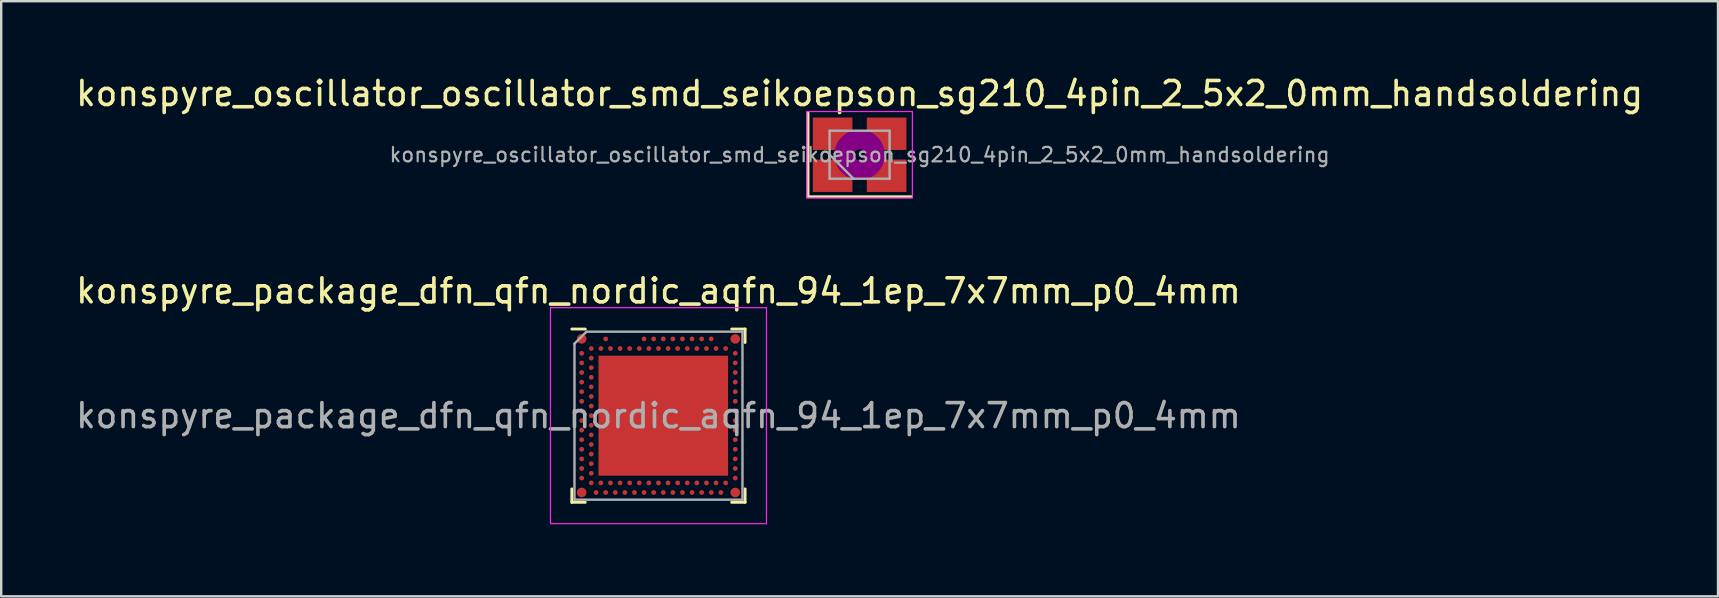
<source format=kicad_pcb>
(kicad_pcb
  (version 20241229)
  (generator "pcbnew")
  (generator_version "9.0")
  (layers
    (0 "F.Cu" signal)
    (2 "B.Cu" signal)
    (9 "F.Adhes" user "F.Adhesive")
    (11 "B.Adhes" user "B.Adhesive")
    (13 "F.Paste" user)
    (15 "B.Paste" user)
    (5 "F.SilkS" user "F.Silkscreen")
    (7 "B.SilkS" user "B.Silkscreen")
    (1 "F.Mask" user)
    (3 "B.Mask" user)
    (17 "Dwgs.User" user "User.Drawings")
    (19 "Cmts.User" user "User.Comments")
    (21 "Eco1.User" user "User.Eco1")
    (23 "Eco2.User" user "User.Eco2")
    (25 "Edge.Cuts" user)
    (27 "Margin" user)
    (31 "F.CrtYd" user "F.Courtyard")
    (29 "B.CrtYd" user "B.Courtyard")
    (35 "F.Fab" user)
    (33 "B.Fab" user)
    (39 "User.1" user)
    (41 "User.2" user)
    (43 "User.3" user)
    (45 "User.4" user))
  (footprint "konspyre_oscillator_oscillator_smd_seikoepson_sg210_4pin_2_5x2_0mm_handsoldering"
    (layer "F.Cu")
    (at 32.768 3.398)
    (property "Reference" "konspyre_oscillator_oscillator_smd_seikoepson_sg210_4pin_2_5x2_0mm_handsoldering" (at 0 -2.55 0) (layer "F.SilkS") (effects (font (size 1 1) (thickness 0.15))))
    (attr smd)
    (fp_line (start -2.15 -1.75) (end -2.15 1.75) (stroke (width 0.12) (type solid)) (layer "F.SilkS"))
    (fp_line (start -2.15 1.75) (end 2.15 1.75) (stroke (width 0.12) (type solid)) (layer "F.SilkS"))
    (fp_circle (center 0 0) (end 0.233 0) (stroke (width 0.467) (type solid)) (fill no) (layer "F.Adhes"))
    (fp_circle (center 0 0) (end 0.533 0) (stroke (width 0.333) (type solid)) (fill no) (layer "F.Adhes"))
    (fp_circle (center 0 0) (end 0.833 0) (stroke (width 0.333) (type solid)) (fill no) (layer "F.Adhes"))
    (fp_circle (center 0 0) (end 1 0) (stroke (width 0.1) (type solid)) (fill no) (layer "F.Adhes"))
    (fp_line (start -2.2 -1.8) (end -2.2 1.8) (stroke (width 0.05) (type solid)) (layer "F.CrtYd"))
    (fp_line (start -2.2 1.8) (end 2.2 1.8) (stroke (width 0.05) (type solid)) (layer "F.CrtYd"))
    (fp_line (start 2.2 -1.8) (end -2.2 -1.8) (stroke (width 0.05) (type solid)) (layer "F.CrtYd"))
    (fp_line (start 2.2 1.8) (end 2.2 -1.8) (stroke (width 0.05) (type solid)) (layer "F.CrtYd"))
    (fp_line (start -1.25 -1) (end -1.25 1) (stroke (width 0.1) (type solid)) (layer "F.Fab"))
    (fp_line (start -1.25 0) (end -0.25 1) (stroke (width 0.1) (type solid)) (layer "F.Fab"))
    (fp_line (start -1.25 1) (end 1.25 1) (stroke (width 0.1) (type solid)) (layer "F.Fab"))
    (fp_line (start 1.25 -1) (end -1.25 -1) (stroke (width 0.1) (type solid)) (layer "F.Fab"))
    (fp_line (start 1.25 1) (end 1.25 -1) (stroke (width 0.1) (type solid)) (layer "F.Fab"))
    (fp_text user "${REFERENCE}" (at 0 0 0) (layer "F.Fab") (effects (font (size 0.6 0.6) (thickness 0.09))))
    (pad "1" smd rect (at -1.125 0.875) (size 1.65 1.35) (layers "F.Cu" "F.Mask" "F.Paste"))
    (pad "2" smd rect (at 1.125 0.875) (size 1.65 1.35) (layers "F.Cu" "F.Mask" "F.Paste"))
    (pad "3" smd rect (at 1.125 -0.875) (size 1.65 1.35) (layers "F.Cu" "F.Mask" "F.Paste"))
    (pad "4" smd rect (at -1.125 -0.875) (size 1.65 1.35) (layers "F.Cu" "F.Mask" "F.Paste")))
  (footprint "konspyre_package_dfn_qfn_nordic_aqfn_94_1ep_7x7mm_p0_4mm"
    (layer "F.Cu")
    (at 24.387 14.271)
    (property "Reference" "konspyre_package_dfn_qfn_nordic_aqfn_94_1ep_7x7mm_p0_4mm" (at 0 -5.2 0) (unlocked yes) (layer "F.SilkS") (effects (font (size 1 1) (thickness 0.15))))
    (attr smd)
    (fp_line (start -3.61 -3.61) (end -3.05 -3.61) (stroke (width 0.12) (type solid)) (layer "F.SilkS"))
    (fp_line (start -3.61 3.61) (end -3.61 3.05) (stroke (width 0.12) (type solid)) (layer "F.SilkS"))
    (fp_line (start -3.61 3.61) (end -3.05 3.61) (stroke (width 0.12) (type solid)) (layer "F.SilkS"))
    (fp_line (start 3.61 -3.61) (end 3.05 -3.61) (stroke (width 0.12) (type solid)) (layer "F.SilkS"))
    (fp_line (start 3.61 -3.61) (end 3.61 -3.05) (stroke (width 0.12) (type solid)) (layer "F.SilkS"))
    (fp_line (start 3.61 3.61) (end 3.05 3.61) (stroke (width 0.12) (type solid)) (layer "F.SilkS"))
    (fp_line (start 3.61 3.61) (end 3.61 3.05) (stroke (width 0.12) (type solid)) (layer "F.SilkS"))
    (fp_line (start -4.5 -4.5) (end 4.5 -4.5) (stroke (width 0.05) (type solid)) (layer "F.CrtYd"))
    (fp_line (start -4.5 4.5) (end -4.5 -4.5) (stroke (width 0.05) (type solid)) (layer "F.CrtYd"))
    (fp_line (start 4.5 -4.5) (end 4.5 4.5) (stroke (width 0.05) (type solid)) (layer "F.CrtYd"))
    (fp_line (start 4.5 4.5) (end -4.5 4.5) (stroke (width 0.05) (type solid)) (layer "F.CrtYd"))
    (fp_line (start -3.5 -3) (end -3.5 3.5) (stroke (width 0.1) (type solid)) (layer "F.Fab"))
    (fp_line (start -3.5 -3) (end -3 -3.5) (stroke (width 0.1) (type solid)) (layer "F.Fab"))
    (fp_line (start -3.5 3.5) (end 3.5 3.5) (stroke (width 0.1) (type solid)) (layer "F.Fab"))
    (fp_line (start -3 -3.5) (end 3.5 -3.5) (stroke (width 0.1) (type solid)) (layer "F.Fab"))
    (fp_line (start 3.5 -3.5) (end 3.5 3.5) (stroke (width 0.1) (type solid)) (layer "F.Fab"))
    (fp_text user "${REFERENCE}" (at 0 0 0) (unlocked yes) (layer "F.Fab") (effects (font (size 1 1) (thickness 0.15))))
    (pad "" smd circle (at -3.2 -3.2) (size 0.4 0.4) (layers "F.Cu" "F.Mask" "F.Paste"))
    (pad "" smd circle (at -3.2 3.2) (size 0.4 0.4) (layers "F.Cu" "F.Mask" "F.Paste"))
    (pad "" smd rect (at -1.1 -1.2 180) (size 2.2 2) (layers "F.Paste"))
    (pad "" smd rect (at -1.1 1.225 180) (size 2.2 2) (layers "F.Paste"))
    (pad "" smd rect (at 1.5 -1.2 180) (size 2.2 2) (layers "F.Paste"))
    (pad "" smd rect (at 1.5 1.225 180) (size 2.2 2) (layers "F.Paste"))
    (pad "" smd circle (at 3.2 -3.2) (size 0.4 0.4) (layers "F.Cu" "F.Mask" "F.Paste"))
    (pad "" smd circle (at 3.2 3.2) (size 0.4 0.4) (layers "F.Cu" "F.Mask" "F.Paste"))
    (pad "A5" smd circle (at -2.2 -3.2) (size 0.2 0.2) (property pad_prop_bga) (layers "F.Cu" "F.Mask" "F.Paste"))
    (pad "A13" smd circle (at -0.6 -3.2) (size 0.2 0.2) (property pad_prop_bga) (layers "F.Cu" "F.Mask" "F.Paste"))
    (pad "A15" smd circle (at -0.2 -3.2) (size 0.2 0.2) (property pad_prop_bga) (layers "F.Cu" "F.Mask" "F.Paste"))
    (pad "A17" smd circle (at 0.2 -3.2) (size 0.2 0.2) (property pad_prop_bga) (layers "F.Cu" "F.Mask" "F.Paste"))
    (pad "A19" smd circle (at 0.6 -3.2) (size 0.2 0.2) (property pad_prop_bga) (layers "F.Cu" "F.Mask" "F.Paste"))
    (pad "A21" smd circle (at 1 -3.2) (size 0.2 0.2) (property pad_prop_bga) (layers "F.Cu" "F.Mask" "F.Paste"))
    (pad "A23" smd circle (at 1.4 -3.2) (size 0.2 0.2) (property pad_prop_bga) (layers "F.Cu" "F.Mask" "F.Paste"))
    (pad "A25" smd circle (at 1.8 -3.2) (size 0.2 0.2) (property pad_prop_bga) (layers "F.Cu" "F.Mask" "F.Paste"))
    (pad "A27" smd circle (at 2.2 -3.2) (size 0.2 0.2) (property pad_prop_bga) (layers "F.Cu" "F.Mask" "F.Paste"))
    (pad "AA1" smd circle (at -3.2 1) (size 0.2 0.2) (property pad_prop_bga) (layers "F.Cu" "F.Mask" "F.Paste"))
    (pad "AA31" smd circle (at 3.2 1) (size 0.2 0.2) (property pad_prop_bga) (layers "F.Cu" "F.Mask" "F.Paste"))
    (pad "AB2" smd circle (at -2.8 1.2) (size 0.2 0.2) (property pad_prop_bga) (layers "F.Cu" "F.Mask" "F.Paste"))
    (pad "AC1" smd circle (at -3.2 1.4) (size 0.2 0.2) (property pad_prop_bga) (layers "F.Cu" "F.Mask" "F.Paste"))
    (pad "AC31" smd circle (at 3.2 1.4) (size 0.2 0.2) (property pad_prop_bga) (layers "F.Cu" "F.Mask" "F.Paste"))
    (pad "AD2" smd circle (at -2.8 1.6) (size 0.2 0.2) (property pad_prop_bga) (layers "F.Cu" "F.Mask" "F.Paste"))
    (pad "AE1" smd circle (at -3.2 1.8) (size 0.2 0.2) (property pad_prop_bga) (layers "F.Cu" "F.Mask" "F.Paste"))
    (pad "AE31" smd circle (at 3.2 1.8) (size 0.2 0.2) (property pad_prop_bga) (layers "F.Cu" "F.Mask" "F.Paste"))
    (pad "AF2" smd circle (at -2.8 2) (size 0.2 0.2) (property pad_prop_bga) (layers "F.Cu" "F.Mask" "F.Paste"))
    (pad "AG1" smd circle (at -3.2 2.2) (size 0.2 0.2) (property pad_prop_bga) (layers "F.Cu" "F.Mask" "F.Paste"))
    (pad "AG31" smd circle (at 3.2 2.2) (size 0.2 0.2) (property pad_prop_bga) (layers "F.Cu" "F.Mask" "F.Paste"))
    (pad "AH2" smd circle (at -2.8 2.4) (size 0.2 0.2) (property pad_prop_bga) (layers "F.Cu" "F.Mask" "F.Paste"))
    (pad "AJ1" smd circle (at -3.2 2.6) (size 0.2 0.2) (property pad_prop_bga) (layers "F.Cu" "F.Mask" "F.Paste"))
    (pad "AJ31" smd circle (at 3.2 2.6) (size 0.2 0.2) (property pad_prop_bga) (layers "F.Cu" "F.Mask" "F.Paste"))
    (pad "AK2" smd circle (at -2.8 2.8) (size 0.2 0.2) (property pad_prop_bga) (layers "F.Cu" "F.Mask" "F.Paste"))
    (pad "AK4" smd circle (at -2.4 2.8) (size 0.2 0.2) (property pad_prop_bga) (layers "F.Cu" "F.Mask" "F.Paste"))
    (pad "AK6" smd circle (at -2 2.8) (size 0.2 0.2) (property pad_prop_bga) (layers "F.Cu" "F.Mask" "F.Paste"))
    (pad "AK8" smd circle (at -1.6 2.8) (size 0.2 0.2) (property pad_prop_bga) (layers "F.Cu" "F.Mask" "F.Paste"))
    (pad "AK10" smd circle (at -1.2 2.8) (size 0.2 0.2) (property pad_prop_bga) (layers "F.Cu" "F.Mask" "F.Paste"))
    (pad "AK12" smd circle (at -0.8 2.8) (size 0.2 0.2) (property pad_prop_bga) (layers "F.Cu" "F.Mask" "F.Paste"))
    (pad "AK14" smd circle (at -0.4 2.8) (size 0.2 0.2) (property pad_prop_bga) (layers "F.Cu" "F.Mask" "F.Paste"))
    (pad "AK16" smd circle (at 0 2.8) (size 0.2 0.2) (property pad_prop_bga) (layers "F.Cu" "F.Mask" "F.Paste"))
    (pad "AK18" smd circle (at 0.4 2.8) (size 0.2 0.2) (property pad_prop_bga) (layers "F.Cu" "F.Mask" "F.Paste"))
    (pad "AK20" smd circle (at 0.8 2.8) (size 0.2 0.2) (property pad_prop_bga) (layers "F.Cu" "F.Mask" "F.Paste"))
    (pad "AK22" smd circle (at 1.2 2.8) (size 0.2 0.2) (property pad_prop_bga) (layers "F.Cu" "F.Mask" "F.Paste"))
    (pad "AK24" smd circle (at 1.6 2.8) (size 0.2 0.2) (property pad_prop_bga) (layers "F.Cu" "F.Mask" "F.Paste"))
    (pad "AK26" smd circle (at 2 2.8) (size 0.2 0.2) (property pad_prop_bga) (layers "F.Cu" "F.Mask" "F.Paste"))
    (pad "AK28" smd circle (at 2.4 2.8) (size 0.2 0.2) (property pad_prop_bga) (layers "F.Cu" "F.Mask" "F.Paste"))
    (pad "AK30" smd circle (at 2.8 2.8) (size 0.2 0.2) (property pad_prop_bga) (layers "F.Cu" "F.Mask" "F.Paste"))
    (pad "AL3" smd circle (at -2.6 3.2) (size 0.2 0.2) (property pad_prop_bga) (layers "F.Cu" "F.Mask" "F.Paste"))
    (pad "AL5" smd circle (at -2.2 3.2) (size 0.2 0.2) (property pad_prop_bga) (layers "F.Cu" "F.Mask" "F.Paste"))
    (pad "AL7" smd circle (at -1.8 3.2) (size 0.2 0.2) (property pad_prop_bga) (layers "F.Cu" "F.Mask" "F.Paste"))
    (pad "AL9" smd circle (at -1.4 3.2) (size 0.2 0.2) (property pad_prop_bga) (layers "F.Cu" "F.Mask" "F.Paste"))
    (pad "AL11" smd circle (at -1 3.2) (size 0.2 0.2) (property pad_prop_bga) (layers "F.Cu" "F.Mask" "F.Paste"))
    (pad "AL13" smd circle (at -0.6 3.2) (size 0.2 0.2) (property pad_prop_bga) (layers "F.Cu" "F.Mask" "F.Paste"))
    (pad "AL15" smd circle (at -0.2 3.2) (size 0.2 0.2) (property pad_prop_bga) (layers "F.Cu" "F.Mask" "F.Paste"))
    (pad "AL17" smd circle (at 0.2 3.2) (size 0.2 0.2) (property pad_prop_bga) (layers "F.Cu" "F.Mask" "F.Paste"))
    (pad "AL19" smd circle (at 0.6 3.2) (size 0.2 0.2) (property pad_prop_bga) (layers "F.Cu" "F.Mask" "F.Paste"))
    (pad "AL21" smd circle (at 1 3.2) (size 0.2 0.2) (property pad_prop_bga) (layers "F.Cu" "F.Mask" "F.Paste"))
    (pad "AL23" smd circle (at 1.4 3.2) (size 0.2 0.2) (property pad_prop_bga) (layers "F.Cu" "F.Mask" "F.Paste"))
    (pad "AL25" smd circle (at 1.8 3.2) (size 0.2 0.2) (property pad_prop_bga) (layers "F.Cu" "F.Mask" "F.Paste"))
    (pad "AL27" smd circle (at 2.2 3.2) (size 0.2 0.2) (property pad_prop_bga) (layers "F.Cu" "F.Mask" "F.Paste"))
    (pad "AL29" smd circle (at 2.6 3.2) (size 0.2 0.2) (property pad_prop_bga) (layers "F.Cu" "F.Mask" "F.Paste"))
    (pad "B2" smd circle (at -2.8 -2.8) (size 0.2 0.2) (property pad_prop_bga) (layers "F.Cu" "F.Mask" "F.Paste"))
    (pad "B4" smd circle (at -2.4 -2.8) (size 0.2 0.2) (property pad_prop_bga) (layers "F.Cu" "F.Mask" "F.Paste"))
    (pad "B6" smd circle (at -2 -2.8) (size 0.2 0.2) (property pad_prop_bga) (layers "F.Cu" "F.Mask" "F.Paste"))
    (pad "B8" smd circle (at -1.6 -2.8) (size 0.2 0.2) (property pad_prop_bga) (layers "F.Cu" "F.Mask" "F.Paste"))
    (pad "B10" smd circle (at -1.2 -2.8) (size 0.2 0.2) (property pad_prop_bga) (layers "F.Cu" "F.Mask" "F.Paste"))
    (pad "B12" smd circle (at -0.8 -2.8) (size 0.2 0.2) (property pad_prop_bga) (layers "F.Cu" "F.Mask" "F.Paste"))
    (pad "B14" smd circle (at -0.4 -2.8) (size 0.2 0.2) (property pad_prop_bga) (layers "F.Cu" "F.Mask" "F.Paste"))
    (pad "B16" smd circle (at 0 -2.8) (size 0.2 0.2) (property pad_prop_bga) (layers "F.Cu" "F.Mask" "F.Paste"))
    (pad "B18" smd circle (at 0.4 -2.8) (size 0.2 0.2) (property pad_prop_bga) (layers "F.Cu" "F.Mask" "F.Paste"))
    (pad "B20" smd circle (at 0.8 -2.8) (size 0.2 0.2) (property pad_prop_bga) (layers "F.Cu" "F.Mask" "F.Paste"))
    (pad "B22" smd circle (at 1.2 -2.8) (size 0.2 0.2) (property pad_prop_bga) (layers "F.Cu" "F.Mask" "F.Paste"))
    (pad "B24" smd circle (at 1.6 -2.8) (size 0.2 0.2) (property pad_prop_bga) (layers "F.Cu" "F.Mask" "F.Paste"))
    (pad "B26" smd circle (at 2 -2.8) (size 0.2 0.2) (property pad_prop_bga) (layers "F.Cu" "F.Mask" "F.Paste"))
    (pad "B28" smd circle (at 2.4 -2.8) (size 0.2 0.2) (property pad_prop_bga) (layers "F.Cu" "F.Mask" "F.Paste"))
    (pad "B30" smd circle (at 2.8 -2.8) (size 0.2 0.2) (property pad_prop_bga) (layers "F.Cu" "F.Mask" "F.Paste"))
    (pad "C1" smd circle (at -3.2 -2.6) (size 0.2 0.2) (property pad_prop_bga) (layers "F.Cu" "F.Mask" "F.Paste"))
    (pad "C31" smd circle (at 3.2 -2.6) (size 0.2 0.2) (property pad_prop_bga) (layers "F.Cu" "F.Mask" "F.Paste"))
    (pad "D2" smd circle (at -2.8 -2.4) (size 0.2 0.2) (property pad_prop_bga) (layers "F.Cu" "F.Mask" "F.Paste"))
    (pad "E1" smd circle (at -3.2 -2.2) (size 0.2 0.2) (property pad_prop_bga) (layers "F.Cu" "F.Mask" "F.Paste"))
    (pad "E31" smd circle (at 3.2 -2.2) (size 0.2 0.2) (property pad_prop_bga) (layers "F.Cu" "F.Mask" "F.Paste"))
    (pad "EP" smd rect (at 0.2 0 180) (size 5.4 5) (layers "F.Cu" "F.Mask"))
    (pad "F2" smd circle (at -2.8 -2) (size 0.2 0.2) (property pad_prop_bga) (layers "F.Cu" "F.Mask" "F.Paste"))
    (pad "G1" smd circle (at -3.2 -1.8) (size 0.2 0.2) (property pad_prop_bga) (layers "F.Cu" "F.Mask" "F.Paste"))
    (pad "G31" smd circle (at 3.2 -1.8) (size 0.2 0.2) (property pad_prop_bga) (layers "F.Cu" "F.Mask" "F.Paste"))
    (pad "H2" smd circle (at -2.8 -1.6) (size 0.2 0.2) (property pad_prop_bga) (layers "F.Cu" "F.Mask" "F.Paste"))
    (pad "J1" smd circle (at -3.2 -1.4) (size 0.2 0.2) (property pad_prop_bga) (layers "F.Cu" "F.Mask" "F.Paste"))
    (pad "J31" smd circle (at 3.2 -1.4) (size 0.2 0.2) (property pad_prop_bga) (layers "F.Cu" "F.Mask" "F.Paste"))
    (pad "K2" smd circle (at -2.8 -1.2) (size 0.2 0.2) (property pad_prop_bga) (layers "F.Cu" "F.Mask" "F.Paste"))
    (pad "L1" smd circle (at -3.2 -1) (size 0.2 0.2) (property pad_prop_bga) (layers "F.Cu" "F.Mask" "F.Paste"))
    (pad "L31" smd circle (at 3.2 -1) (size 0.2 0.2) (property pad_prop_bga) (layers "F.Cu" "F.Mask" "F.Paste"))
    (pad "M2" smd circle (at -2.8 -0.8) (size 0.2 0.2) (property pad_prop_bga) (layers "F.Cu" "F.Mask" "F.Paste"))
    (pad "N1" smd circle (at -3.2 -0.6) (size 0.2 0.2) (property pad_prop_bga) (layers "F.Cu" "F.Mask" "F.Paste"))
    (pad "N31" smd circle (at 3.2 -0.6) (size 0.2 0.2) (property pad_prop_bga) (layers "F.Cu" "F.Mask" "F.Paste"))
    (pad "P2" smd circle (at -2.8 -0.4) (size 0.2 0.2) (property pad_prop_bga) (layers "F.Cu" "F.Mask" "F.Paste"))
    (pad "R1" smd circle (at -3.2 -0.2) (size 0.2 0.2) (property pad_prop_bga) (layers "F.Cu" "F.Mask" "F.Paste"))
    (pad "R31" smd circle (at 3.2 -0.2) (size 0.2 0.2) (property pad_prop_bga) (layers "F.Cu" "F.Mask" "F.Paste"))
    (pad "T2" smd circle (at -2.8 0) (size 0.2 0.2) (property pad_prop_bga) (layers "F.Cu" "F.Mask" "F.Paste"))
    (pad "U1" smd circle (at -3.2 0.2) (size 0.2 0.2) (property pad_prop_bga) (layers "F.Cu" "F.Mask" "F.Paste"))
    (pad "U31" smd circle (at 3.2 0.2) (size 0.2 0.2) (property pad_prop_bga) (layers "F.Cu" "F.Mask" "F.Paste"))
    (pad "V2" smd circle (at -2.8 0.4) (size 0.2 0.2) (property pad_prop_bga) (layers "F.Cu" "F.Mask" "F.Paste"))
    (pad "W1" smd circle (at -3.2 0.6) (size 0.2 0.2) (property pad_prop_bga) (layers "F.Cu" "F.Mask" "F.Paste"))
    (pad "W31" smd circle (at 3.2 0.6) (size 0.2 0.2) (property pad_prop_bga) (layers "F.Cu" "F.Mask" "F.Paste"))
    (pad "Y2" smd circle (at -2.8 0.8) (size 0.2 0.2) (property pad_prop_bga) (layers "F.Cu" "F.Mask" "F.Paste")))
  (gr_rect
    (start -3 -3)
    (end 68.536 21.797)
    (stroke (width 0.1) (type default))
    (fill no)
    (layer "Edge.Cuts")))
</source>
